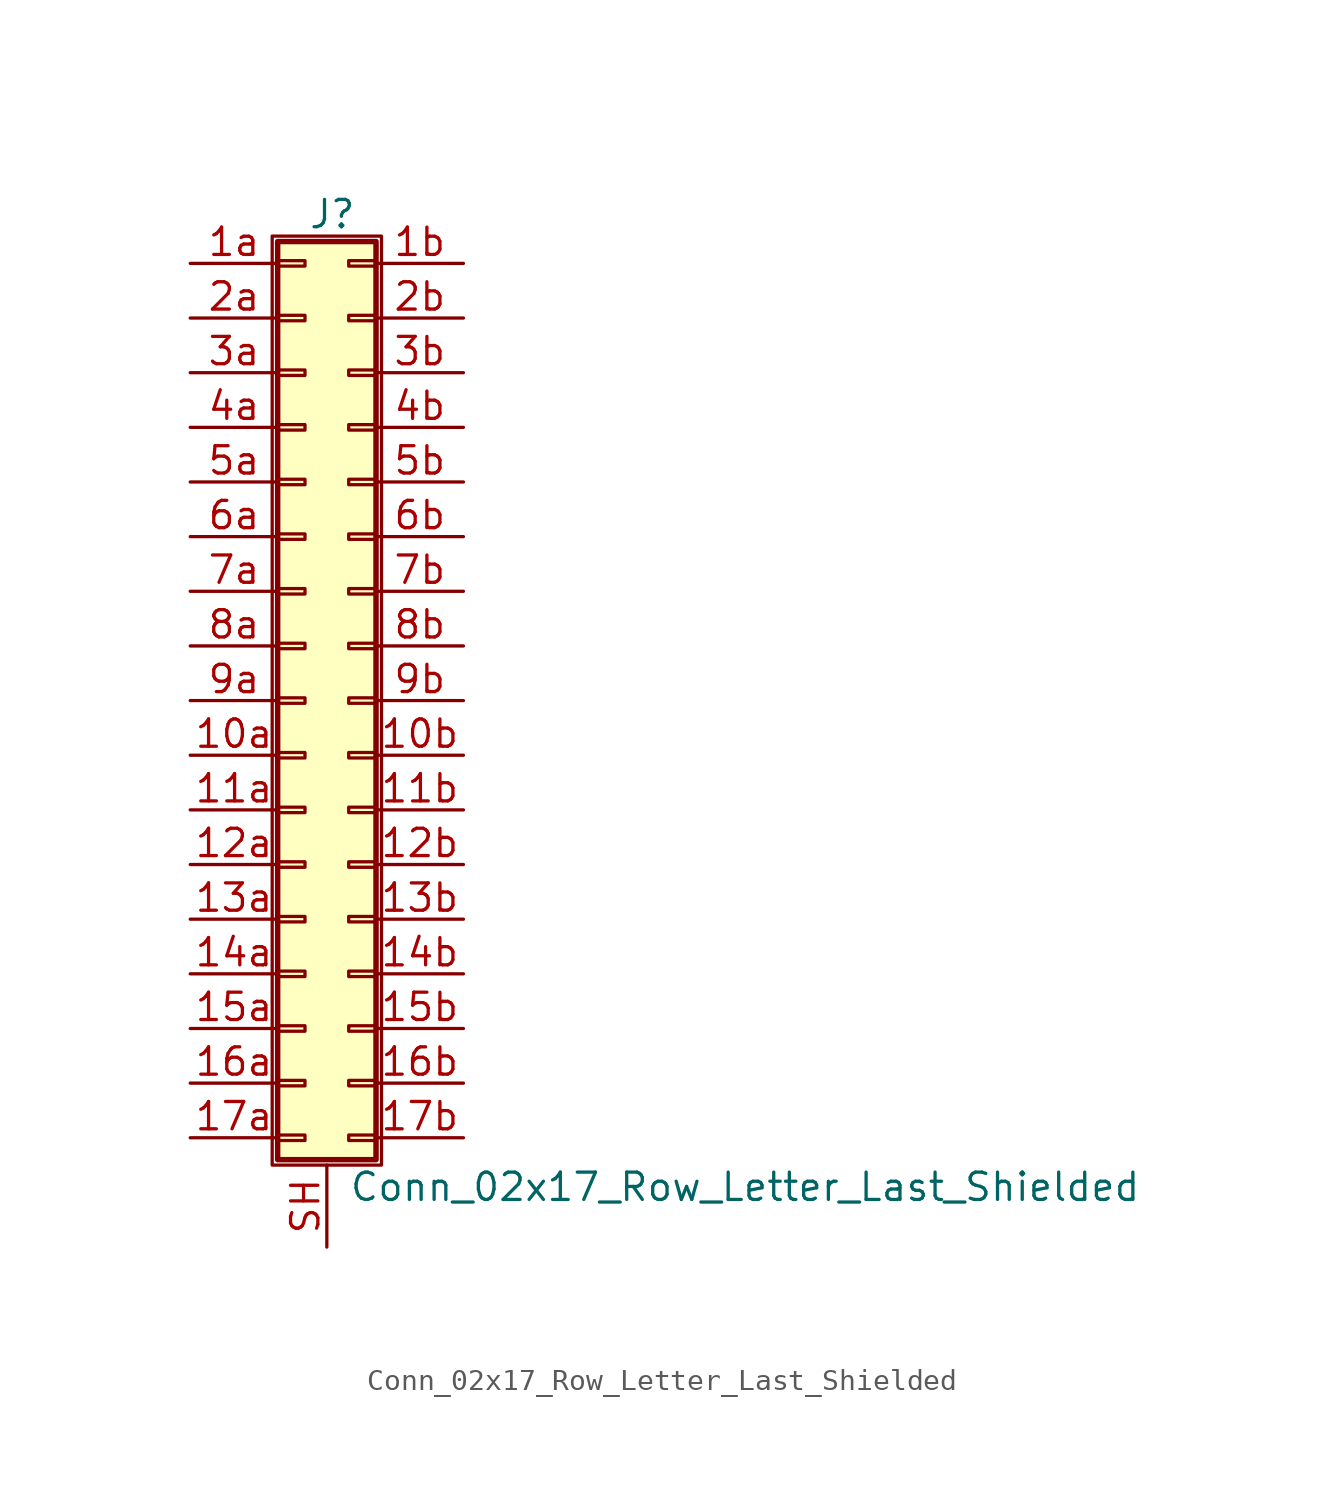
<source format=kicad_sym>
(kicad_symbol_lib
  (version 20201005)
  (generator kicad_symbol_editor)
  (symbol "Conn_02x17_Row_Letter_Last_Shielded"
    (pin_names
      (offset 1.016) hide)
    (property "Reference" "J"
      (at 1.524 22.606 0)
      (effects (font (size 1.27 1.27))))
    (property "Value" "Conn_02x17_Row_Letter_Last_Shielded"
      (at 2.286 -22.606 0)
      (effects (font (size 1.27 1.27)) (justify left)))
    (symbol "Conn_02x17_Row_Letter_Last_Shielded_1_1"
      (rectangle (start -1.27 21.59) (end 3.81 -21.59) (stroke (width 0.152)) (fill (type none)))
      (rectangle (start -1.016 -20.193) (end 0.254 -20.447) (stroke (width 0.152)) (fill (type none)))
      (rectangle (start -1.016 -17.653) (end 0.254 -17.907) (stroke (width 0.152)) (fill (type none)))
      (rectangle (start -1.016 -15.113) (end 0.254 -15.367) (stroke (width 0.152)) (fill (type none)))
      (rectangle (start -1.016 -12.573) (end 0.254 -12.827) (stroke (width 0.152)) (fill (type none)))
      (rectangle (start -1.016 -10.033) (end 0.254 -10.287) (stroke (width 0.152)) (fill (type none)))
      (rectangle (start -1.016 -7.493) (end 0.254 -7.747) (stroke (width 0.152)) (fill (type none)))
      (rectangle (start -1.016 -4.953) (end 0.254 -5.207) (stroke (width 0.152)) (fill (type none)))
      (rectangle (start -1.016 -2.413) (end 0.254 -2.667) (stroke (width 0.152)) (fill (type none)))
      (rectangle (start -1.016 0.127) (end 0.254 -0.127) (stroke (width 0.152)) (fill (type none)))
      (rectangle (start -1.016 2.667) (end 0.254 2.413) (stroke (width 0.152)) (fill (type none)))
      (rectangle (start -1.016 5.207) (end 0.254 4.953) (stroke (width 0.152)) (fill (type none)))
      (rectangle (start -1.016 7.747) (end 0.254 7.493) (stroke (width 0.152)) (fill (type none)))
      (rectangle (start -1.016 10.287) (end 0.254 10.033) (stroke (width 0.152)) (fill (type none)))
      (rectangle (start -1.016 12.827) (end 0.254 12.573) (stroke (width 0.152)) (fill (type none)))
      (rectangle (start -1.016 15.367) (end 0.254 15.113) (stroke (width 0.152)) (fill (type none)))
      (rectangle (start -1.016 17.907) (end 0.254 17.653) (stroke (width 0.152)) (fill (type none)))
      (rectangle (start -1.016 20.447) (end 0.254 20.193) (stroke (width 0.152)) (fill (type none)))
      (rectangle (start 3.556 -20.193) (end 2.286 -20.447) (stroke (width 0.152)) (fill (type none)))
      (rectangle (start 3.556 -17.653) (end 2.286 -17.907) (stroke (width 0.152)) (fill (type none)))
      (rectangle (start 3.556 -15.113) (end 2.286 -15.367) (stroke (width 0.152)) (fill (type none)))
      (rectangle (start 3.556 -12.573) (end 2.286 -12.827) (stroke (width 0.152)) (fill (type none)))
      (rectangle (start 3.556 -10.033) (end 2.286 -10.287) (stroke (width 0.152)) (fill (type none)))
      (rectangle (start 3.556 -7.493) (end 2.286 -7.747) (stroke (width 0.152)) (fill (type none)))
      (rectangle (start 3.556 -4.953) (end 2.286 -5.207) (stroke (width 0.152)) (fill (type none)))
      (rectangle (start 3.556 -2.413) (end 2.286 -2.667) (stroke (width 0.152)) (fill (type none)))
      (rectangle (start 3.556 0.127) (end 2.286 -0.127) (stroke (width 0.152)) (fill (type none)))
      (rectangle (start 3.556 2.667) (end 2.286 2.413) (stroke (width 0.152)) (fill (type none)))
      (rectangle (start 3.556 5.207) (end 2.286 4.953) (stroke (width 0.152)) (fill (type none)))
      (rectangle (start 3.556 7.747) (end 2.286 7.493) (stroke (width 0.152)) (fill (type none)))
      (rectangle (start 3.556 10.287) (end 2.286 10.033) (stroke (width 0.152)) (fill (type none)))
      (rectangle (start 3.556 12.827) (end 2.286 12.573) (stroke (width 0.152)) (fill (type none)))
      (rectangle (start 3.556 15.367) (end 2.286 15.113) (stroke (width 0.152)) (fill (type none)))
      (rectangle (start 3.556 17.907) (end 2.286 17.653) (stroke (width 0.152)) (fill (type none)))
      (rectangle (start 3.556 20.447) (end 2.286 20.193) (stroke (width 0.152)) (fill (type none)))
      (rectangle (start -1.016 21.336) (end 3.556 -21.336) (stroke (width 0.254)) (fill (type background)))
      (pin passive line (at -5.08 -2.54 0) (length 4.064) (name "Pin_10a" (effects (font (size 1.27 1.27)))) (number "10a" (effects (font (size 1.27 1.27)))))
      (pin passive line (at 7.62 -2.54 180) (length 4.064) (name "Pin_10b" (effects (font (size 1.27 1.27)))) (number "10b" (effects (font (size 1.27 1.27)))))
      (pin passive line (at -5.08 -5.08 0) (length 4.064) (name "Pin_11a" (effects (font (size 1.27 1.27)))) (number "11a" (effects (font (size 1.27 1.27)))))
      (pin passive line (at 7.62 -5.08 180) (length 4.064) (name "Pin_11b" (effects (font (size 1.27 1.27)))) (number "11b" (effects (font (size 1.27 1.27)))))
      (pin passive line (at -5.08 -7.62 0) (length 4.064) (name "Pin_12a" (effects (font (size 1.27 1.27)))) (number "12a" (effects (font (size 1.27 1.27)))))
      (pin passive line (at 7.62 -7.62 180) (length 4.064) (name "Pin_12b" (effects (font (size 1.27 1.27)))) (number "12b" (effects (font (size 1.27 1.27)))))
      (pin passive line (at -5.08 -10.16 0) (length 4.064) (name "Pin_13a" (effects (font (size 1.27 1.27)))) (number "13a" (effects (font (size 1.27 1.27)))))
      (pin passive line (at 7.62 -10.16 180) (length 4.064) (name "Pin_13b" (effects (font (size 1.27 1.27)))) (number "13b" (effects (font (size 1.27 1.27)))))
      (pin passive line (at -5.08 -12.7 0) (length 4.064) (name "Pin_14a" (effects (font (size 1.27 1.27)))) (number "14a" (effects (font (size 1.27 1.27)))))
      (pin passive line (at 7.62 -12.7 180) (length 4.064) (name "Pin_14b" (effects (font (size 1.27 1.27)))) (number "14b" (effects (font (size 1.27 1.27)))))
      (pin passive line (at -5.08 -15.24 0) (length 4.064) (name "Pin_15a" (effects (font (size 1.27 1.27)))) (number "15a" (effects (font (size 1.27 1.27)))))
      (pin passive line (at 7.62 -15.24 180) (length 4.064) (name "Pin_15b" (effects (font (size 1.27 1.27)))) (number "15b" (effects (font (size 1.27 1.27)))))
      (pin passive line (at -5.08 -17.78 0) (length 4.064) (name "Pin_16a" (effects (font (size 1.27 1.27)))) (number "16a" (effects (font (size 1.27 1.27)))))
      (pin passive line (at 7.62 -17.78 180) (length 4.064) (name "Pin_16b" (effects (font (size 1.27 1.27)))) (number "16b" (effects (font (size 1.27 1.27)))))
      (pin passive line (at -5.08 -20.32 0) (length 4.064) (name "Pin_17a" (effects (font (size 1.27 1.27)))) (number "17a" (effects (font (size 1.27 1.27)))))
      (pin passive line (at 7.62 -20.32 180) (length 4.064) (name "Pin_17b" (effects (font (size 1.27 1.27)))) (number "17b" (effects (font (size 1.27 1.27)))))
      (pin passive line (at -5.08 20.32 0) (length 4.064) (name "Pin_1a" (effects (font (size 1.27 1.27)))) (number "1a" (effects (font (size 1.27 1.27)))))
      (pin passive line (at 7.62 20.32 180) (length 4.064) (name "Pin_1b" (effects (font (size 1.27 1.27)))) (number "1b" (effects (font (size 1.27 1.27)))))
      (pin passive line (at -5.08 17.78 0) (length 4.064) (name "Pin_2a" (effects (font (size 1.27 1.27)))) (number "2a" (effects (font (size 1.27 1.27)))))
      (pin passive line (at 7.62 17.78 180) (length 4.064) (name "Pin_2b" (effects (font (size 1.27 1.27)))) (number "2b" (effects (font (size 1.27 1.27)))))
      (pin passive line (at -5.08 15.24 0) (length 4.064) (name "Pin_3a" (effects (font (size 1.27 1.27)))) (number "3a" (effects (font (size 1.27 1.27)))))
      (pin passive line (at 7.62 15.24 180) (length 4.064) (name "Pin_3b" (effects (font (size 1.27 1.27)))) (number "3b" (effects (font (size 1.27 1.27)))))
      (pin passive line (at -5.08 12.7 0) (length 4.064) (name "Pin_4a" (effects (font (size 1.27 1.27)))) (number "4a" (effects (font (size 1.27 1.27)))))
      (pin passive line (at 7.62 12.7 180) (length 4.064) (name "Pin_4b" (effects (font (size 1.27 1.27)))) (number "4b" (effects (font (size 1.27 1.27)))))
      (pin passive line (at -5.08 10.16 0) (length 4.064) (name "Pin_5a" (effects (font (size 1.27 1.27)))) (number "5a" (effects (font (size 1.27 1.27)))))
      (pin passive line (at 7.62 10.16 180) (length 4.064) (name "Pin_5b" (effects (font (size 1.27 1.27)))) (number "5b" (effects (font (size 1.27 1.27)))))
      (pin passive line (at -5.08 7.62 0) (length 4.064) (name "Pin_6a" (effects (font (size 1.27 1.27)))) (number "6a" (effects (font (size 1.27 1.27)))))
      (pin passive line (at 7.62 7.62 180) (length 4.064) (name "Pin_6b" (effects (font (size 1.27 1.27)))) (number "6b" (effects (font (size 1.27 1.27)))))
      (pin passive line (at -5.08 5.08 0) (length 4.064) (name "Pin_7a" (effects (font (size 1.27 1.27)))) (number "7a" (effects (font (size 1.27 1.27)))))
      (pin passive line (at 7.62 5.08 180) (length 4.064) (name "Pin_7b" (effects (font (size 1.27 1.27)))) (number "7b" (effects (font (size 1.27 1.27)))))
      (pin passive line (at -5.08 2.54 0) (length 4.064) (name "Pin_8a" (effects (font (size 1.27 1.27)))) (number "8a" (effects (font (size 1.27 1.27)))))
      (pin passive line (at 7.62 2.54 180) (length 4.064) (name "Pin_8b" (effects (font (size 1.27 1.27)))) (number "8b" (effects (font (size 1.27 1.27)))))
      (pin passive line (at -5.08 0 0) (length 4.064) (name "Pin_9a" (effects (font (size 1.27 1.27)))) (number "9a" (effects (font (size 1.27 1.27)))))
      (pin passive line (at 7.62 0 180) (length 4.064) (name "Pin_9b" (effects (font (size 1.27 1.27)))) (number "9b" (effects (font (size 1.27 1.27)))))
      (pin passive line (at 1.27 -25.4 90) (length 3.81) (name "Shield" (effects (font (size 1.27 1.27)))) (number "SH" (effects (font (size 1.27 1.27))))))))
</source>
